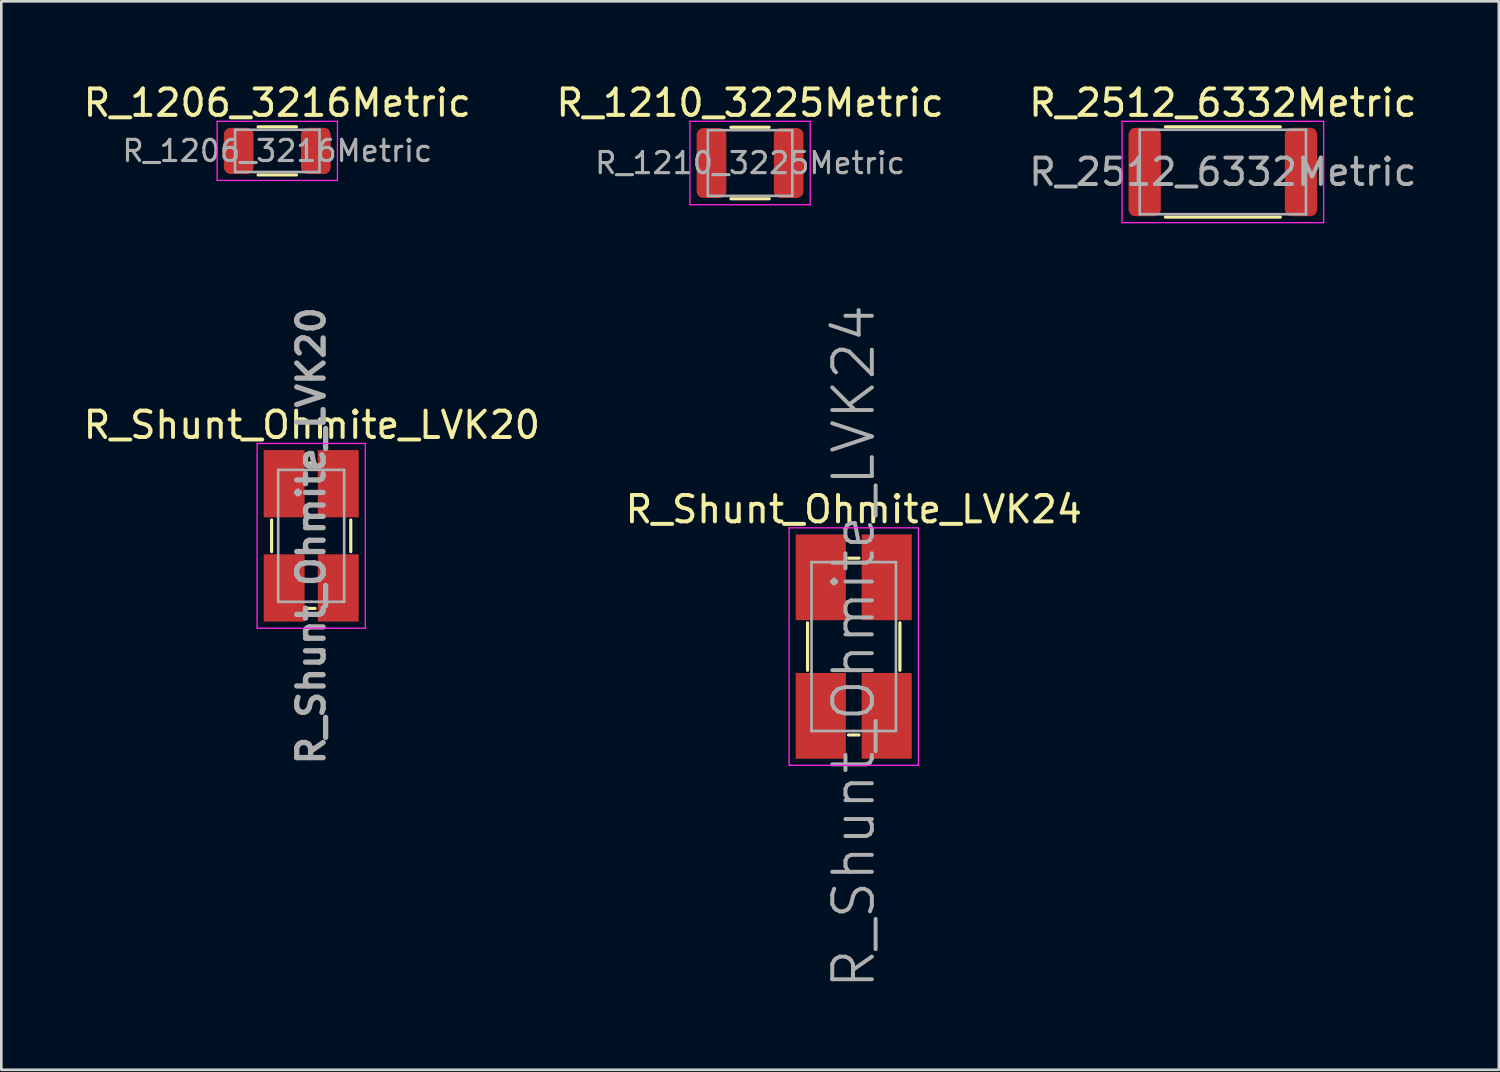
<source format=kicad_pcb>
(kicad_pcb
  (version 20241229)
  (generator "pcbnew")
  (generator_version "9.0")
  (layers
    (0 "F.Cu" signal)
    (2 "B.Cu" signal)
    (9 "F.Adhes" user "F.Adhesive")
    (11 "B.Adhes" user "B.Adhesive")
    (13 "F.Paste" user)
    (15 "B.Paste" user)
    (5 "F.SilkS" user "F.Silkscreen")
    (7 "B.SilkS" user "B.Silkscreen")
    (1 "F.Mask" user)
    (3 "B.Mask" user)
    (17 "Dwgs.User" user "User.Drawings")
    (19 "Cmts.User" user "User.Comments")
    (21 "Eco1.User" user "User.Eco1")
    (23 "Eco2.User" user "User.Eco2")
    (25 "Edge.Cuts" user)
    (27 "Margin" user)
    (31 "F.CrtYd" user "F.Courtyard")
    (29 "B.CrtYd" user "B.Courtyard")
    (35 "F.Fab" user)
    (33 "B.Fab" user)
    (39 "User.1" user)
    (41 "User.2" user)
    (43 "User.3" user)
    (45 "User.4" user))
  (footprint "R_2512_6332Metric"
    (layer "F.Cu")
    (at 43.292 3.468)
    (property "Reference" "R_2512_6332Metric" (at 0 -2.62 0) (layer "F.SilkS") (effects (font (size 1 1) (thickness 0.15))))
    (attr smd)
    (fp_line (start -2.177 -1.71) (end 2.177 -1.71) (stroke (width 0.12) (type solid)) (layer "F.SilkS"))
    (fp_line (start -2.177 1.71) (end 2.177 1.71) (stroke (width 0.12) (type solid)) (layer "F.SilkS"))
    (fp_line (start -3.82 -1.92) (end 3.82 -1.92) (stroke (width 0.05) (type solid)) (layer "F.CrtYd"))
    (fp_line (start -3.82 1.92) (end -3.82 -1.92) (stroke (width 0.05) (type solid)) (layer "F.CrtYd"))
    (fp_line (start 3.82 -1.92) (end 3.82 1.92) (stroke (width 0.05) (type solid)) (layer "F.CrtYd"))
    (fp_line (start 3.82 1.92) (end -3.82 1.92) (stroke (width 0.05) (type solid)) (layer "F.CrtYd"))
    (fp_line (start -3.15 -1.6) (end 3.15 -1.6) (stroke (width 0.1) (type solid)) (layer "F.Fab"))
    (fp_line (start -3.15 1.6) (end -3.15 -1.6) (stroke (width 0.1) (type solid)) (layer "F.Fab"))
    (fp_line (start 3.15 -1.6) (end 3.15 1.6) (stroke (width 0.1) (type solid)) (layer "F.Fab"))
    (fp_line (start 3.15 1.6) (end -3.15 1.6) (stroke (width 0.1) (type solid)) (layer "F.Fab"))
    (fp_text user "${REFERENCE}" (at 0 0 0) (layer "F.Fab") (effects (font (size 1 1) (thickness 0.15))))
    (pad "1" smd roundrect (at -2.962 0) (size 1.225 3.35) (layers "F.Cu" "F.Mask" "F.Paste") (roundrect_rratio 0.204))
    (pad "2" smd roundrect (at 2.962 0) (size 1.225 3.35) (layers "F.Cu" "F.Mask" "F.Paste") (roundrect_rratio 0.204)))
  (footprint "R_1206_3216Metric"
    (layer "F.Cu")
    (at 7.458 2.668)
    (property "Reference" "R_1206_3216Metric" (at 0 -1.82 0) (layer "F.SilkS") (effects (font (size 1 1) (thickness 0.15))))
    (attr smd)
    (fp_line (start -0.727 -0.91) (end 0.727 -0.91) (stroke (width 0.12) (type solid)) (layer "F.SilkS"))
    (fp_line (start -0.727 0.91) (end 0.727 0.91) (stroke (width 0.12) (type solid)) (layer "F.SilkS"))
    (fp_line (start -2.28 -1.12) (end 2.28 -1.12) (stroke (width 0.05) (type solid)) (layer "F.CrtYd"))
    (fp_line (start -2.28 1.12) (end -2.28 -1.12) (stroke (width 0.05) (type solid)) (layer "F.CrtYd"))
    (fp_line (start 2.28 -1.12) (end 2.28 1.12) (stroke (width 0.05) (type solid)) (layer "F.CrtYd"))
    (fp_line (start 2.28 1.12) (end -2.28 1.12) (stroke (width 0.05) (type solid)) (layer "F.CrtYd"))
    (fp_line (start -1.6 -0.8) (end 1.6 -0.8) (stroke (width 0.1) (type solid)) (layer "F.Fab"))
    (fp_line (start -1.6 0.8) (end -1.6 -0.8) (stroke (width 0.1) (type solid)) (layer "F.Fab"))
    (fp_line (start 1.6 -0.8) (end 1.6 0.8) (stroke (width 0.1) (type solid)) (layer "F.Fab"))
    (fp_line (start 1.6 0.8) (end -1.6 0.8) (stroke (width 0.1) (type solid)) (layer "F.Fab"))
    (fp_text user "${REFERENCE}" (at 0 0 0) (layer "F.Fab") (effects (font (size 0.8 0.8) (thickness 0.12))))
    (pad "1" smd roundrect (at -1.462 0) (size 1.125 1.75) (layers "F.Cu" "F.Mask" "F.Paste") (roundrect_rratio 0.222))
    (pad "2" smd roundrect (at 1.462 0) (size 1.125 1.75) (layers "F.Cu" "F.Mask" "F.Paste") (roundrect_rratio 0.222)))
  (footprint "R_Shunt_Ohmite_LVK20"
    (layer "F.Cu")
    (at 8.743 17.256)
    (property "Reference" "R_Shunt_Ohmite_LVK20" (at 0.025 -4.2 0) (layer "F.SilkS") (effects (font (size 1 1) (thickness 0.15))))
    (attr smd)
    (fp_line (start -1.5 0.6) (end -1.5 -0.6) (stroke (width 0.12) (type solid)) (layer "F.SilkS"))
    (fp_line (start 0.15 -2.75) (end -0.15 -2.75) (stroke (width 0.12) (type solid)) (layer "F.SilkS"))
    (fp_line (start 0.15 2.75) (end -0.15 2.75) (stroke (width 0.12) (type solid)) (layer "F.SilkS"))
    (fp_line (start 1.5 -0.6) (end 1.5 0.6) (stroke (width 0.12) (type solid)) (layer "F.SilkS"))
    (fp_line (start -2.05 -3.5) (end 2.05 -3.5) (stroke (width 0.05) (type solid)) (layer "F.CrtYd"))
    (fp_line (start -2.05 3.5) (end -2.05 -3.5) (stroke (width 0.05) (type solid)) (layer "F.CrtYd"))
    (fp_line (start 2.05 -3.5) (end 2.05 3.5) (stroke (width 0.05) (type solid)) (layer "F.CrtYd"))
    (fp_line (start 2.05 3.5) (end -2.05 3.5) (stroke (width 0.05) (type solid)) (layer "F.CrtYd"))
    (fp_line (start -1.25 -2.5) (end 1.25 -2.5) (stroke (width 0.1) (type solid)) (layer "F.Fab"))
    (fp_line (start -1.25 2.5) (end -1.25 -2.5) (stroke (width 0.1) (type solid)) (layer "F.Fab"))
    (fp_line (start 0 2.5) (end -1.25 2.5) (stroke (width 0.1) (type solid)) (layer "F.Fab"))
    (fp_line (start 1.25 -2.5) (end 1.25 2.5) (stroke (width 0.1) (type solid)) (layer "F.Fab"))
    (fp_line (start 1.25 2.5) (end 0 2.5) (stroke (width 0.1) (type solid)) (layer "F.Fab"))
    (fp_text user "${REFERENCE}" (at 0 0 90) (layer "F.Fab") (effects (font (size 1 1) (thickness 0.2))))
    (pad "1" smd rect (at -1.025 -1.975) (size 1.55 2.55) (layers "F.Cu" "F.Mask" "F.Paste"))
    (pad "2" smd rect (at 1.025 -1.975) (size 1.55 2.55) (layers "F.Cu" "F.Mask" "F.Paste"))
    (pad "3" smd rect (at -1.025 1.975) (size 1.55 2.55) (layers "F.Cu" "F.Mask" "F.Paste"))
    (pad "4" smd rect (at 1.025 1.975) (size 1.55 2.55) (layers "F.Cu" "F.Mask" "F.Paste")))
  (footprint "R_1210_3225Metric"
    (layer "F.Cu")
    (at 25.375 3.128)
    (property "Reference" "R_1210_3225Metric" (at 0 -2.28 0) (layer "F.SilkS") (effects (font (size 1 1) (thickness 0.15))))
    (attr smd)
    (fp_line (start -0.724 -1.355) (end 0.724 -1.355) (stroke (width 0.12) (type solid)) (layer "F.SilkS"))
    (fp_line (start -0.724 1.355) (end 0.724 1.355) (stroke (width 0.12) (type solid)) (layer "F.SilkS"))
    (fp_line (start -2.28 -1.58) (end 2.28 -1.58) (stroke (width 0.05) (type solid)) (layer "F.CrtYd"))
    (fp_line (start -2.28 1.58) (end -2.28 -1.58) (stroke (width 0.05) (type solid)) (layer "F.CrtYd"))
    (fp_line (start 2.28 -1.58) (end 2.28 1.58) (stroke (width 0.05) (type solid)) (layer "F.CrtYd"))
    (fp_line (start 2.28 1.58) (end -2.28 1.58) (stroke (width 0.05) (type solid)) (layer "F.CrtYd"))
    (fp_line (start -1.6 -1.245) (end 1.6 -1.245) (stroke (width 0.1) (type solid)) (layer "F.Fab"))
    (fp_line (start -1.6 1.245) (end -1.6 -1.245) (stroke (width 0.1) (type solid)) (layer "F.Fab"))
    (fp_line (start 1.6 -1.245) (end 1.6 1.245) (stroke (width 0.1) (type solid)) (layer "F.Fab"))
    (fp_line (start 1.6 1.245) (end -1.6 1.245) (stroke (width 0.1) (type solid)) (layer "F.Fab"))
    (fp_text user "${REFERENCE}" (at 0 0 0) (layer "F.Fab") (effects (font (size 0.8 0.8) (thickness 0.12))))
    (pad "1" smd roundrect (at -1.462 0) (size 1.125 2.65) (layers "F.Cu" "F.Mask" "F.Paste") (roundrect_rratio 0.222))
    (pad "2" smd roundrect (at 1.462 0) (size 1.125 2.65) (layers "F.Cu" "F.Mask" "F.Paste") (roundrect_rratio 0.222)))
  (footprint "R_Shunt_Ohmite_LVK24"
    (layer "F.Cu")
    (at 29.304 21.453)
    (property "Reference" "R_Shunt_Ohmite_LVK24" (at 0 -5.2 0) (layer "F.SilkS") (effects (font (size 1 1) (thickness 0.15))))
    (attr smd)
    (fp_line (start -1.75 0.9) (end -1.75 -0.9) (stroke (width 0.12) (type solid)) (layer "F.SilkS"))
    (fp_line (start 0.2 -3.35) (end -0.2 -3.35) (stroke (width 0.12) (type solid)) (layer "F.SilkS"))
    (fp_line (start 0.2 3.35) (end -0.2 3.35) (stroke (width 0.12) (type solid)) (layer "F.SilkS"))
    (fp_line (start 1.75 -0.9) (end 1.75 0.9) (stroke (width 0.12) (type solid)) (layer "F.SilkS"))
    (fp_line (start -2.45 -4.5) (end 2.45 -4.5) (stroke (width 0.05) (type solid)) (layer "F.CrtYd"))
    (fp_line (start -2.45 4.5) (end -2.45 -4.5) (stroke (width 0.05) (type solid)) (layer "F.CrtYd"))
    (fp_line (start 2.45 -4.5) (end 2.45 4.5) (stroke (width 0.05) (type solid)) (layer "F.CrtYd"))
    (fp_line (start 2.45 4.5) (end -2.45 4.5) (stroke (width 0.05) (type solid)) (layer "F.CrtYd"))
    (fp_line (start -1.6 -3.2) (end 1.6 -3.2) (stroke (width 0.1) (type solid)) (layer "F.Fab"))
    (fp_line (start -1.6 3.2) (end -1.6 -3.2) (stroke (width 0.1) (type solid)) (layer "F.Fab"))
    (fp_line (start 0 3.2) (end -1.6 3.2) (stroke (width 0.1) (type solid)) (layer "F.Fab"))
    (fp_line (start 1.6 -3.2) (end 1.6 3.2) (stroke (width 0.1) (type solid)) (layer "F.Fab"))
    (fp_line (start 1.6 3.2) (end 0 3.2) (stroke (width 0.1) (type solid)) (layer "F.Fab"))
    (fp_text user "${REFERENCE}" (at 0 0 90) (layer "F.Fab") (effects (font (size 1.5 1.5) (thickness 0.15))))
    (pad "1" smd rect (at -1.25 -2.625) (size 1.9 3.25) (layers "F.Cu" "F.Mask" "F.Paste"))
    (pad "2" smd rect (at 1.25 -2.625) (size 1.9 3.25) (layers "F.Cu" "F.Mask" "F.Paste"))
    (pad "3" smd rect (at -1.25 2.625) (size 1.9 3.25) (layers "F.Cu" "F.Mask" "F.Paste"))
    (pad "4" smd rect (at 1.25 2.625) (size 1.9 3.25) (layers "F.Cu" "F.Mask" "F.Paste")))
  (gr_rect
    (start -3 -3)
    (end 53.75 37.492)
    (stroke (width 0.1) (type default))
    (fill no)
    (layer "Edge.Cuts")))
</source>
